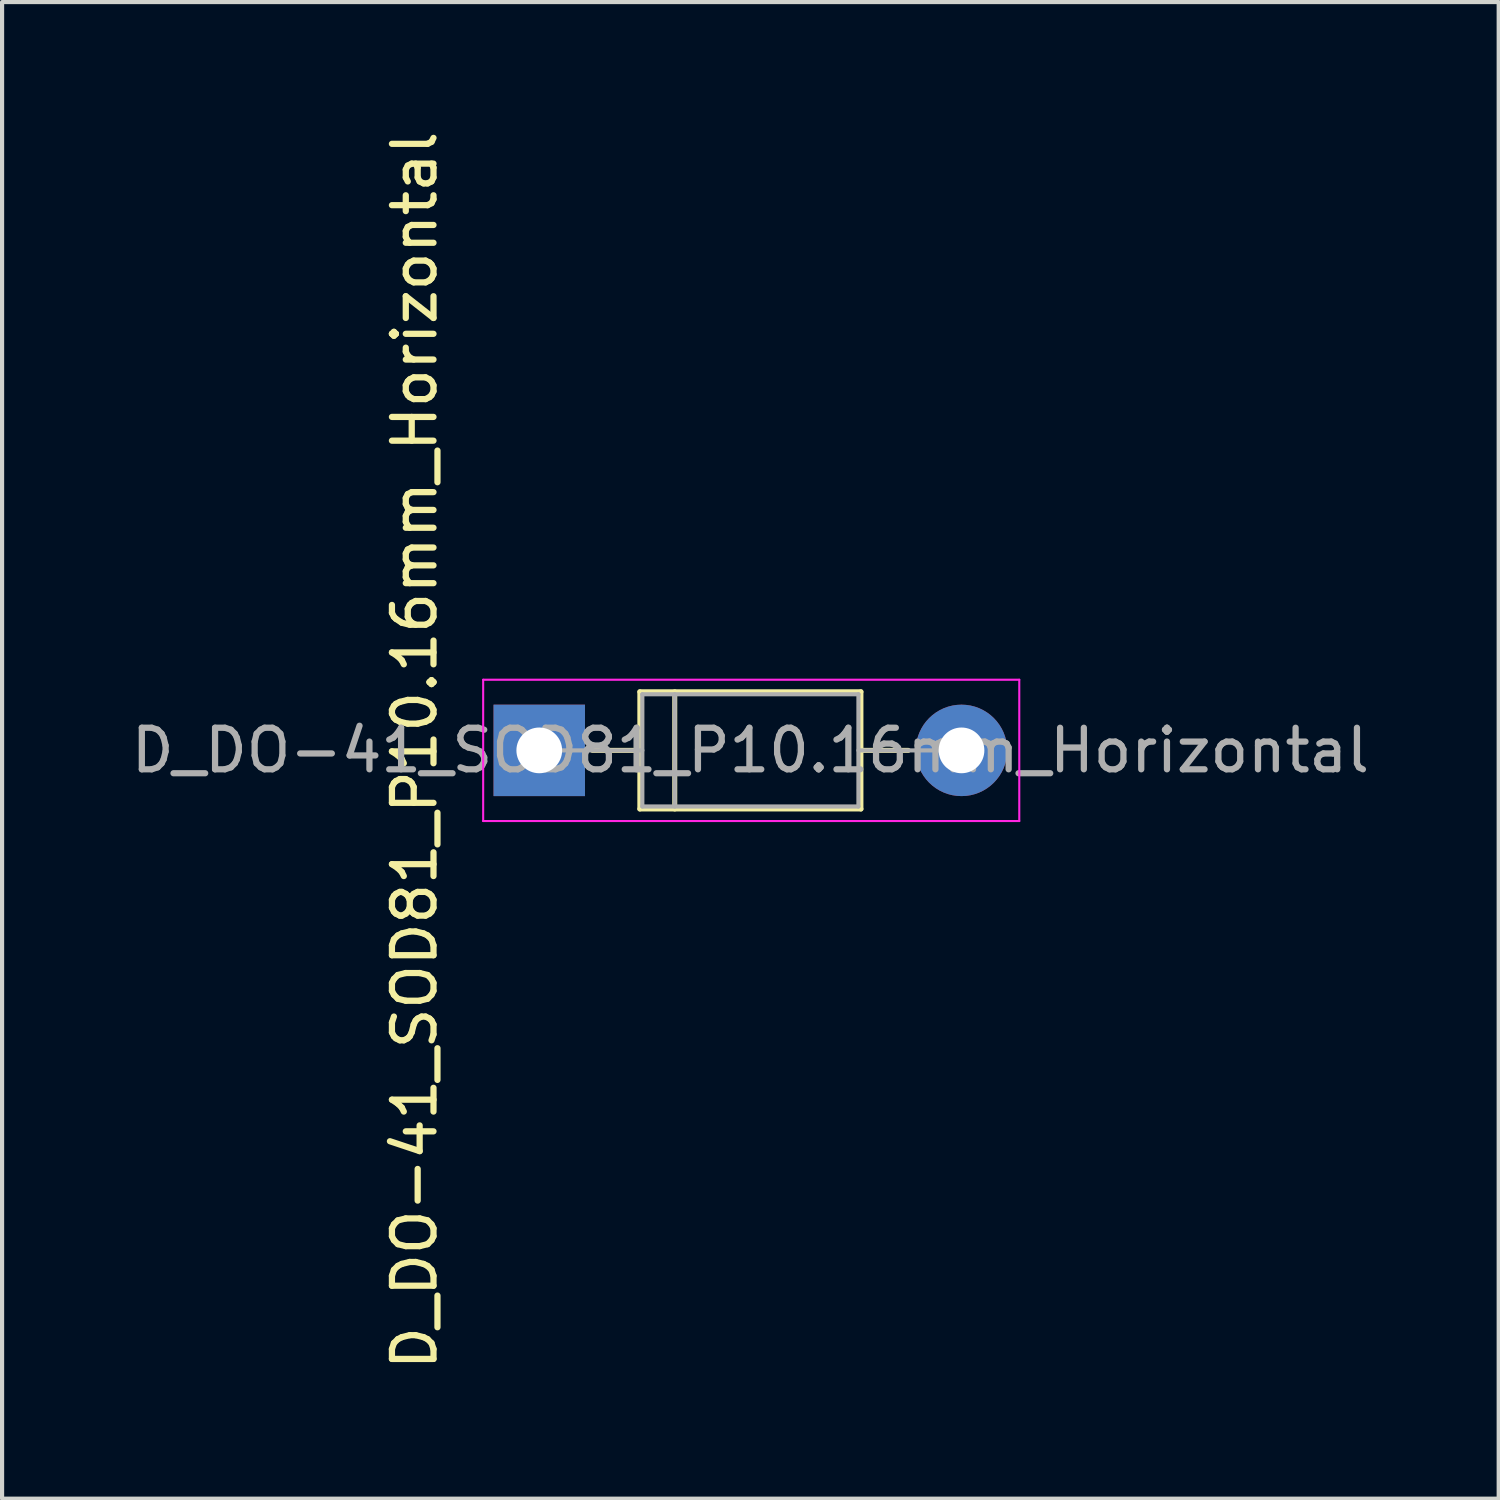
<source format=kicad_pcb>
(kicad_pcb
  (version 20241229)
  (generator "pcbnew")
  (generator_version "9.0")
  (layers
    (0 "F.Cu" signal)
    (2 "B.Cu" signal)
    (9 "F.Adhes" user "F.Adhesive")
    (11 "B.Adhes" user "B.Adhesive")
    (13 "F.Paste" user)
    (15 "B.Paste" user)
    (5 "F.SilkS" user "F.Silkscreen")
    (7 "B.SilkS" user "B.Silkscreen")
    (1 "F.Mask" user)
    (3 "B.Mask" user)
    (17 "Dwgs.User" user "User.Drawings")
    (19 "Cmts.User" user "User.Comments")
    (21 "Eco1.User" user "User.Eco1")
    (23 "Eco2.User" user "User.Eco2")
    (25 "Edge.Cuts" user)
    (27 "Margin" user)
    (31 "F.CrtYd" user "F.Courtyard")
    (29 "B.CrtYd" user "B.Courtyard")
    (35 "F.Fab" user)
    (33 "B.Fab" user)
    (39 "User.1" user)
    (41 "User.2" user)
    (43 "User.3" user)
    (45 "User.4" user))
  (footprint "D_DO-41_SOD81_P10.16mm_Horizontal"
    (layer "F.Cu")
    (at 9.926 15.006)
    (property "Reference" "D_DO-41_SOD81_P10.16mm_Horizontal" (at -3 0 90) (layer "F.SilkS") (effects (font (size 1 1) (thickness 0.15))))
    (attr through_hole)
    (fp_line (start 1.28 0) (end 2.42 0) (stroke (width 0.12) (type solid)) (layer "F.SilkS"))
    (fp_line (start 2.42 -1.41) (end 2.42 1.41) (stroke (width 0.12) (type solid)) (layer "F.SilkS"))
    (fp_line (start 2.42 1.41) (end 7.74 1.41) (stroke (width 0.12) (type solid)) (layer "F.SilkS"))
    (fp_line (start 3.26 -1.41) (end 3.26 1.41) (stroke (width 0.12) (type solid)) (layer "F.SilkS"))
    (fp_line (start 7.74 -1.41) (end 2.42 -1.41) (stroke (width 0.12) (type solid)) (layer "F.SilkS"))
    (fp_line (start 7.74 1.41) (end 7.74 -1.41) (stroke (width 0.12) (type solid)) (layer "F.SilkS"))
    (fp_line (start 8.88 0) (end 7.74 0) (stroke (width 0.12) (type solid)) (layer "F.SilkS"))
    (fp_line (start -1.35 -1.7) (end -1.35 1.7) (stroke (width 0.05) (type solid)) (layer "F.CrtYd"))
    (fp_line (start -1.35 1.7) (end 11.55 1.7) (stroke (width 0.05) (type solid)) (layer "F.CrtYd"))
    (fp_line (start 11.55 -1.7) (end -1.35 -1.7) (stroke (width 0.05) (type solid)) (layer "F.CrtYd"))
    (fp_line (start 11.55 1.7) (end 11.55 -1.7) (stroke (width 0.05) (type solid)) (layer "F.CrtYd"))
    (fp_line (start 0 0) (end 2.48 0) (stroke (width 0.1) (type solid)) (layer "F.Fab"))
    (fp_line (start 2.48 -1.35) (end 2.48 1.35) (stroke (width 0.1) (type solid)) (layer "F.Fab"))
    (fp_line (start 2.48 1.35) (end 7.68 1.35) (stroke (width 0.1) (type solid)) (layer "F.Fab"))
    (fp_line (start 3.26 -1.35) (end 3.26 1.35) (stroke (width 0.1) (type solid)) (layer "F.Fab"))
    (fp_line (start 7.68 -1.35) (end 2.48 -1.35) (stroke (width 0.1) (type solid)) (layer "F.Fab"))
    (fp_line (start 7.68 1.35) (end 7.68 -1.35) (stroke (width 0.1) (type solid)) (layer "F.Fab"))
    (fp_line (start 10.16 0) (end 7.68 0) (stroke (width 0.1) (type solid)) (layer "F.Fab"))
    (fp_text user "${REFERENCE}" (at 5.08 0 0) (layer "F.Fab") (effects (font (size 1 1) (thickness 0.15))))
    (pad "1" thru_hole rect (at 0 0) (size 2.2 2.2) (drill 1.1) (layers "*.Cu" "*.Mask"))
    (pad "2" thru_hole oval (at 10.16 0) (size 2.2 2.2) (drill 1.1) (layers "*.Cu" "*.Mask")))
  (gr_rect
    (start -3 -3)
    (end 33.012 33.012)
    (stroke (width 0.1) (type default))
    (fill no)
    (layer "Edge.Cuts")))
</source>
